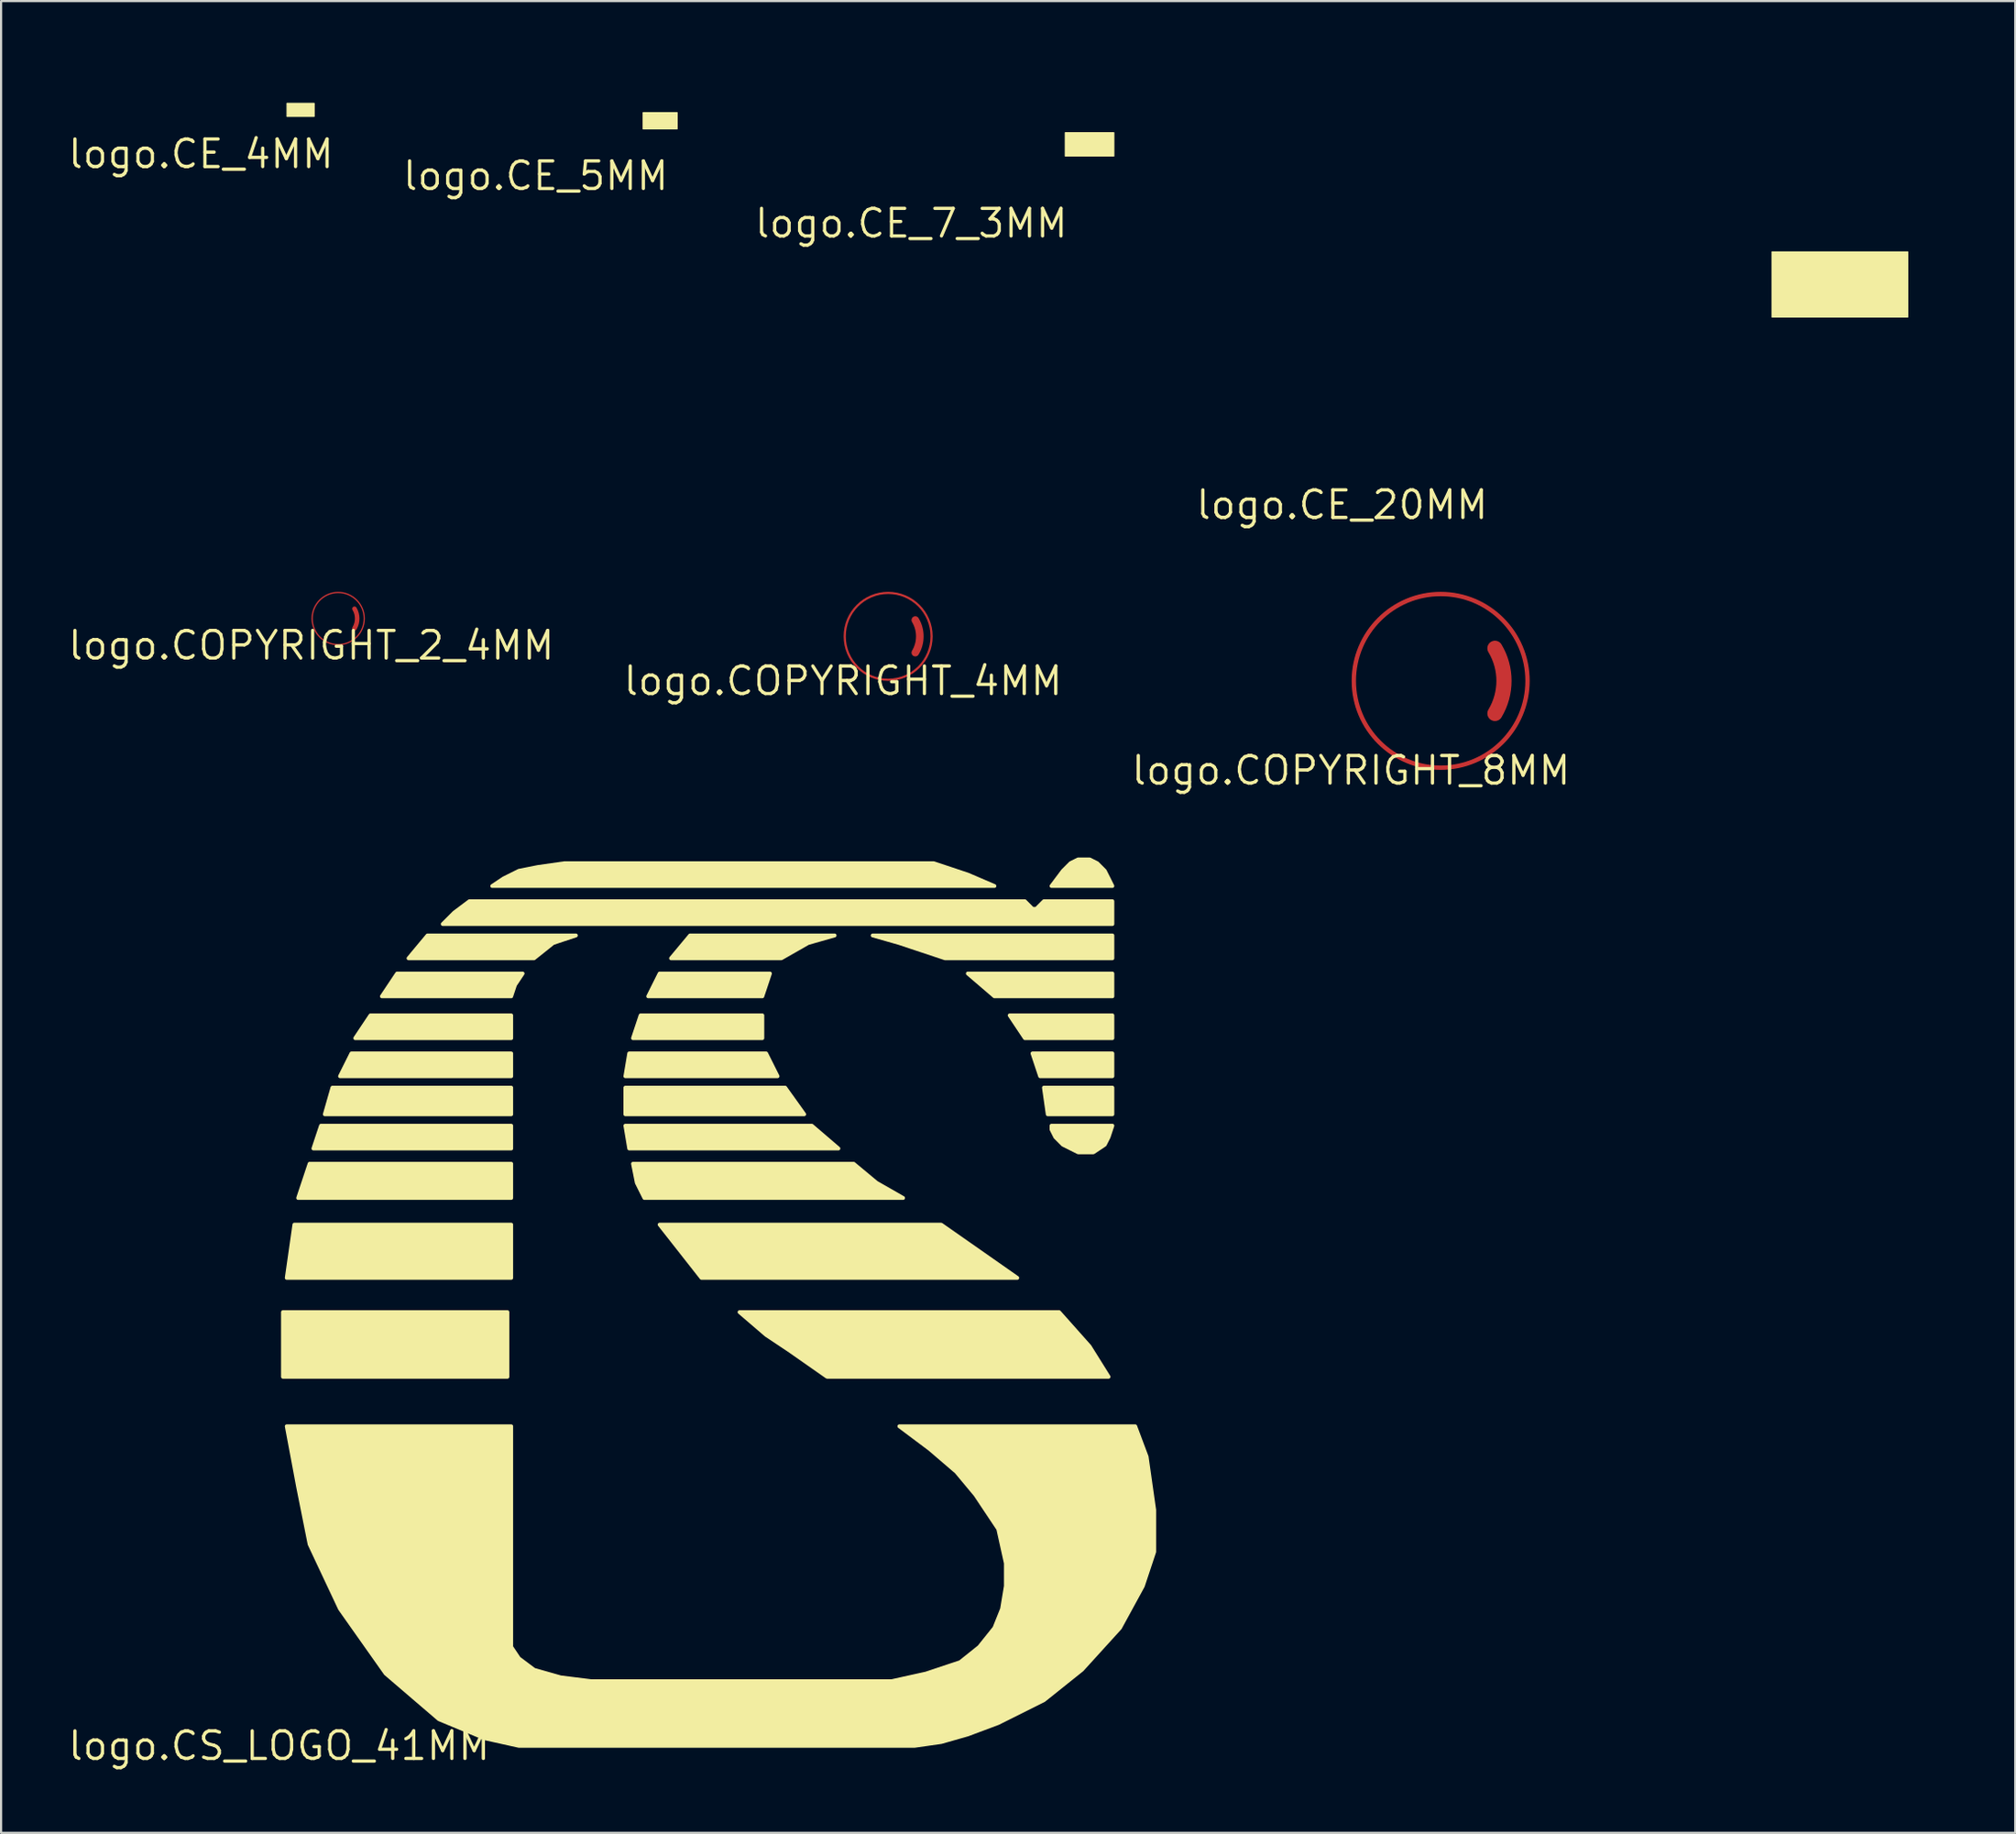
<source format=kicad_pcb>
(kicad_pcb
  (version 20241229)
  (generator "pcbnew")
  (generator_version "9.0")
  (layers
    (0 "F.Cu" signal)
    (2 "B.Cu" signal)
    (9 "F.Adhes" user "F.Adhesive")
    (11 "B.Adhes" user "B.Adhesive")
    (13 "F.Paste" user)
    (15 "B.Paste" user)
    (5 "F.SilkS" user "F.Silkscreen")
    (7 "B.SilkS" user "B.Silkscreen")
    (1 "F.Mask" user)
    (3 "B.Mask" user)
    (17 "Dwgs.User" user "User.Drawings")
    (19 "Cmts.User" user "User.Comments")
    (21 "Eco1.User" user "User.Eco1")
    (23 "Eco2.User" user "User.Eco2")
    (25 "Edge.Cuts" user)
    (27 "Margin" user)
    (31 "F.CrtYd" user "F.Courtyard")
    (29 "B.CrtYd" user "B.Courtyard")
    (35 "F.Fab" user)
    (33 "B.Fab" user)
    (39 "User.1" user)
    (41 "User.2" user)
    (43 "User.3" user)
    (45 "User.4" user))
  (footprint "logo.COPYRIGHT_4MM"
    (layer "F.Cu")
    (at 35.77 28.311)
    (property "Reference" "logo.COPYRIGHT_4MM" (at 0 0 0) (layer "F.SilkS") (effects (font (size 1.27 1.27) (thickness 0.15))))
    (fp_arc (start 3.33 -2.805) (mid 3.538328 -2.055) (end 3.33 -1.305) (stroke (width 0.35) (type default)) (layer "F.Cu"))
    (fp_circle (center 2.08 -2.055) (end 4.08 -2.055) (stroke (width 0.1) (type default)) (fill no) (layer "F.Cu")))
  (footprint "logo.CE_5MM"
    (layer "F.Cu")
    (at 21.618 5.05)
    (property "Reference" "logo.CE_5MM" (at 0 0 0) (layer "F.SilkS") (effects (font (size 1.27 1.27) (thickness 0.15))))
    (fp_rect (start 4.95 -2.163) (end 6.513 -2.913) (stroke (width 0.05) (type default)) (fill yes) (layer "F.SilkS"))
    (fp_poly (pts (xy 2.725 -0.75) (xy 2.725 -0.075) (xy 2.725 -5) (xy 2.725 -4.325)) (stroke (width 0.1) (type default)) (fill yes) (layer "F.SilkS"))
    (fp_poly (pts (xy 6.95 -0.75) (xy 6.95 -0.075) (xy 6.95 -5) (xy 6.95 -4.325)) (stroke (width 0.1) (type default)) (fill yes) (layer "F.SilkS")))
  (footprint "logo.COPYRIGHT_8MM"
    (layer "F.Cu")
    (at 59.165 32.434)
    (property "Reference" "logo.COPYRIGHT_8MM" (at 0 0 0) (layer "F.SilkS") (effects (font (size 1.27 1.27) (thickness 0.15))))
    (fp_arc (start 6.6275 -5.6275) (mid 7.044158 -4.1275) (end 6.6275 -2.6275) (stroke (width 0.7) (type default)) (layer "F.Cu"))
    (fp_circle (center 4.128 -4.128) (end 8.127 -4.128) (stroke (width 0.2) (type default)) (fill no) (layer "F.Cu")))
  (footprint "logo.CS_LOGO_41MM"
    (layer "F.Cu")
    (at 9.804 77.352)
    (property "Reference" "logo.CS_LOGO_41MM" (at 0 0 0) (layer "F.SilkS") (effects (font (size 1.27 1.27) (thickness 0.15))))
    (fp_poly (pts (xy 0.175 -19.974) (xy 10.513 -19.974) (xy 10.513 -16.996) (xy 0.175 -16.996)) (stroke (width 0.175) (type default)) (fill yes) (layer "F.SilkS"))
    (fp_poly (pts (xy 0.35 -21.551) (xy 0.701 -24.004) (xy 10.688 -24.004) (xy 10.688 -21.551)) (stroke (width 0.175) (type default)) (fill yes) (layer "F.SilkS"))
    (fp_poly (pts (xy 0.876 -25.231) (xy 1.402 -26.808) (xy 10.688 -26.808) (xy 10.688 -25.231)) (stroke (width 0.175) (type default)) (fill yes) (layer "F.SilkS"))
    (fp_poly (pts (xy 1.577 -27.509) (xy 1.927 -28.56) (xy 10.688 -28.56) (xy 10.688 -27.509)) (stroke (width 0.175) (type default)) (fill yes) (layer "F.SilkS"))
    (fp_poly (pts (xy 2.103 -29.085) (xy 2.453 -30.312) (xy 10.688 -30.312) (xy 10.688 -29.085)) (stroke (width 0.175) (type default)) (fill yes) (layer "F.SilkS"))
    (fp_poly (pts (xy 2.803 -30.838) (xy 3.329 -31.889) (xy 10.688 -31.889) (xy 10.688 -30.838)) (stroke (width 0.175) (type default)) (fill yes) (layer "F.SilkS"))
    (fp_poly (pts (xy 3.504 -32.59) (xy 4.205 -33.641) (xy 10.688 -33.641) (xy 10.688 -32.59)) (stroke (width 0.175) (type default)) (fill yes) (layer "F.SilkS"))
    (fp_poly (pts (xy 15.944 -30.838) (xy 16.12 -31.889) (xy 22.427 -31.889) (xy 22.953 -30.838)) (stroke (width 0.175) (type default)) (fill yes) (layer "F.SilkS"))
    (fp_poly (pts (xy 15.944 -29.085) (xy 15.944 -30.312) (xy 23.303 -30.312) (xy 24.18 -29.085)) (stroke (width 0.175) (type default)) (fill yes) (layer "F.SilkS"))
    (fp_poly (pts (xy 15.944 -28.56) (xy 24.53 -28.56) (xy 25.756 -27.509) (xy 16.12 -27.509)) (stroke (width 0.175) (type default)) (fill yes) (layer "F.SilkS"))
    (fp_poly (pts (xy 16.295 -32.59) (xy 16.645 -33.641) (xy 22.252 -33.641) (xy 22.252 -32.59)) (stroke (width 0.175) (type default)) (fill yes) (layer "F.SilkS"))
    (fp_poly (pts (xy 16.996 -34.517) (xy 17.521 -35.568) (xy 22.603 -35.568) (xy 22.252 -34.517)) (stroke (width 0.175) (type default)) (fill yes) (layer "F.SilkS"))
    (fp_poly (pts (xy 17.521 -24.004) (xy 30.487 -24.004) (xy 33.992 -21.551) (xy 19.449 -21.551)) (stroke (width 0.175) (type default)) (fill yes) (layer "F.SilkS"))
    (fp_poly (pts (xy 38.372 -35.568) (xy 38.372 -34.517) (xy 32.94 -34.517) (xy 31.714 -35.568)) (stroke (width 0.175) (type default)) (fill yes) (layer "F.SilkS"))
    (fp_poly (pts (xy 38.372 -32.59) (xy 34.342 -32.59) (xy 33.641 -33.641) (xy 38.372 -33.641)) (stroke (width 0.175) (type default)) (fill yes) (layer "F.SilkS"))
    (fp_poly (pts (xy 38.372 -30.838) (xy 35.043 -30.838) (xy 34.692 -31.889) (xy 38.372 -31.889)) (stroke (width 0.175) (type default)) (fill yes) (layer "F.SilkS"))
    (fp_poly (pts (xy 38.372 -29.085) (xy 35.393 -29.085) (xy 35.218 -30.312) (xy 38.372 -30.312)) (stroke (width 0.175) (type default)) (fill yes) (layer "F.SilkS"))
    (fp_poly (pts (xy 4.731 -34.517) (xy 5.432 -35.568) (xy 11.214 -35.568) (xy 10.863 -35.043) (xy 10.688 -34.517)) (stroke (width 0.175) (type default)) (fill yes) (layer "F.SilkS"))
    (fp_poly (pts (xy 5.957 -36.269) (xy 6.833 -37.321) (xy 13.667 -37.321) (xy 12.615 -36.97) (xy 11.739 -36.269)) (stroke (width 0.175) (type default)) (fill yes) (layer "F.SilkS"))
    (fp_poly (pts (xy 18.923 -37.321) (xy 25.581 -37.321) (xy 24.355 -36.97) (xy 23.128 -36.269) (xy 18.047 -36.269)) (stroke (width 0.175) (type default)) (fill yes) (layer "F.SilkS"))
    (fp_poly (pts (xy 16.295 -26.808) (xy 26.457 -26.808) (xy 27.509 -25.932) (xy 28.735 -25.231) (xy 16.82 -25.231) (xy 16.47 -25.932)) (stroke (width 0.175) (type default)) (fill yes) (layer "F.SilkS"))
    (fp_poly (pts (xy 38.372 -37.321) (xy 38.372 -36.269) (xy 30.663 -36.269) (xy 29.611 -36.62) (xy 28.56 -36.97) (xy 27.333 -37.321)) (stroke (width 0.175) (type default)) (fill yes) (layer "F.SilkS"))
    (fp_poly (pts (xy 21.201 -19.974) (xy 35.919 -19.974) (xy 37.321 -18.398) (xy 38.197 -16.996) (xy 25.231 -16.996) (xy 23.479 -18.222) (xy 22.427 -18.923)) (stroke (width 0.175) (type default)) (fill yes) (layer "F.SilkS"))
    (fp_poly (pts (xy 9.812 -39.598) (xy 10.338 -39.949) (xy 11.039 -40.299) (xy 11.915 -40.474) (xy 13.141 -40.65) (xy 30.137 -40.65) (xy 31.714 -40.124) (xy 32.94 -39.598)) (stroke (width 0.175) (type default)) (fill yes) (layer "F.SilkS"))
    (fp_poly (pts (xy 35.568 -39.598) (xy 36.094 -40.299) (xy 36.444 -40.65) (xy 36.795 -40.825) (xy 37.321 -40.825) (xy 37.671 -40.65) (xy 38.021 -40.299) (xy 38.197 -39.949) (xy 38.372 -39.598)) (stroke (width 0.175) (type default)) (fill yes) (layer "F.SilkS"))
    (fp_poly (pts (xy 38.372 -28.56) (xy 38.197 -28.034) (xy 38.021 -27.684) (xy 37.496 -27.333) (xy 36.795 -27.333) (xy 36.094 -27.684) (xy 35.744 -28.034) (xy 35.568 -28.385) (xy 35.568 -28.56)) (stroke (width 0.175) (type default)) (fill yes) (layer "F.SilkS"))
    (fp_poly (pts (xy 7.534 -37.846) (xy 8.06 -38.372) (xy 8.761 -38.898) (xy 34.342 -38.898) (xy 34.517 -38.722) (xy 34.692 -38.547) (xy 34.868 -38.547) (xy 35.218 -38.898) (xy 38.372 -38.898) (xy 38.372 -37.846)) (stroke (width 0.175) (type default)) (fill yes) (layer "F.SilkS"))
    (fp_poly (pts (xy 28.56 -14.718) (xy 39.423 -14.718) (xy 39.949 -13.316) (xy 40.299 -10.863) (xy 40.299 -8.936) (xy 39.774 -7.359) (xy 38.722 -5.432) (xy 36.97 -3.504) (xy 35.218 -2.103) (xy 33.115 -1.051) (xy 31.714 -0.526) (xy 30.487 -0.175) (xy 29.261 0) (xy 11.039 0) (xy 9.462 -0.35) (xy 7.359 -1.226) (xy 4.906 -3.329) (xy 2.803 -6.308) (xy 1.402 -9.286) (xy 0.876 -11.915) (xy 0.35 -14.718) (xy 10.688 -14.718) (xy 10.688 -4.556) (xy 11.039 -4.03) (xy 11.739 -3.504) (xy 12.966 -3.154) (xy 14.367 -2.979) (xy 28.209 -2.979) (xy 29.786 -3.329) (xy 31.363 -3.855) (xy 32.239 -4.556) (xy 32.94 -5.432) (xy 33.291 -6.308) (xy 33.466 -7.359) (xy 33.466 -8.41) (xy 33.115 -9.987) (xy 32.064 -11.564) (xy 31.188 -12.615) (xy 29.962 -13.667)) (stroke (width 0.175) (type default)) (fill yes) (layer "F.SilkS")))
  (footprint "logo.CE_7_3MM"
    (layer "F.Cu")
    (at 38.913 7.235)
    (property "Reference" "logo.CE_7_3MM" (at 0 0 0) (layer "F.SilkS") (effects (font (size 1.27 1.27) (thickness 0.15))))
    (fp_rect (start 7.092 -3.098) (end 9.33 -4.173) (stroke (width 0.05) (type default)) (fill yes) (layer "F.SilkS"))
    (fp_poly (pts (xy 3.904 -1.075) (xy 3.904 -0.107) (xy 3.904 -7.163) (xy 3.904 -6.196)) (stroke (width 0.143) (type default)) (fill yes) (layer "F.SilkS"))
    (fp_poly (pts (xy 9.957 -1.075) (xy 9.957 -0.107) (xy 9.957 -7.163) (xy 9.957 -6.196)) (stroke (width 0.143) (type default)) (fill yes) (layer "F.SilkS")))
  (footprint "logo.CE_4MM"
    (layer "F.Cu")
    (at 6.206 4.04)
    (property "Reference" "logo.CE_4MM" (at 0 0 0) (layer "F.SilkS") (effects (font (size 1.27 1.27) (thickness 0.15))))
    (fp_rect (start 3.96 -1.73) (end 5.21 -2.33) (stroke (width 0.05) (type default)) (fill yes) (layer "F.SilkS"))
    (fp_poly (pts (xy 2.18 -0.6) (xy 2.18 -0.06) (xy 2.18 -4) (xy 2.18 -3.46)) (stroke (width 0.08) (type default)) (fill yes) (layer "F.SilkS"))
    (fp_poly (pts (xy 5.56 -0.6) (xy 5.56 -0.06) (xy 5.56 -4) (xy 5.56 -3.46)) (stroke (width 0.08) (type default)) (fill yes) (layer "F.SilkS")))
  (footprint "logo.COPYRIGHT_2_4MM"
    (layer "F.Cu")
    (at 11.286 26.674)
    (property "Reference" "logo.COPYRIGHT_2_4MM" (at 0 0 0) (layer "F.SilkS") (effects (font (size 1.27 1.27) (thickness 0.15))))
    (fp_arc (start 1.98825 -1.68825) (mid 2.113247 -1.23825) (end 1.98825 -0.78825) (stroke (width 0.21) (type default)) (layer "F.Cu"))
    (fp_circle (center 1.238 -1.238) (end 2.438 -1.238) (stroke (width 0.06) (type default)) (fill no) (layer "F.Cu")))
  (footprint "logo.CE_20MM"
    (layer "F.Cu")
    (at 58.752 20.2)
    (property "Reference" "logo.CE_20MM" (at 0 0 0) (layer "F.SilkS") (effects (font (size 1.27 1.27) (thickness 0.15))))
    (fp_rect (start 19.8 -8.65) (end 26.05 -11.65) (stroke (width 0.05) (type default)) (fill yes) (layer "F.SilkS"))
    (fp_poly (pts (xy 10.9 -3) (xy 10.9 -0.3) (xy 10.9 -20) (xy 10.9 -17.3)) (stroke (width 0.4) (type default)) (fill yes) (layer "F.SilkS"))
    (fp_poly (pts (xy 27.8 -3) (xy 27.8 -0.3) (xy 27.8 -20) (xy 27.8 -17.3)) (stroke (width 0.4) (type default)) (fill yes) (layer "F.SilkS")))
  (gr_rect
    (start -3 -3)
    (end 89.752 81.359)
    (stroke (width 0.1) (type default))
    (fill no)
    (layer "Edge.Cuts")))
</source>
